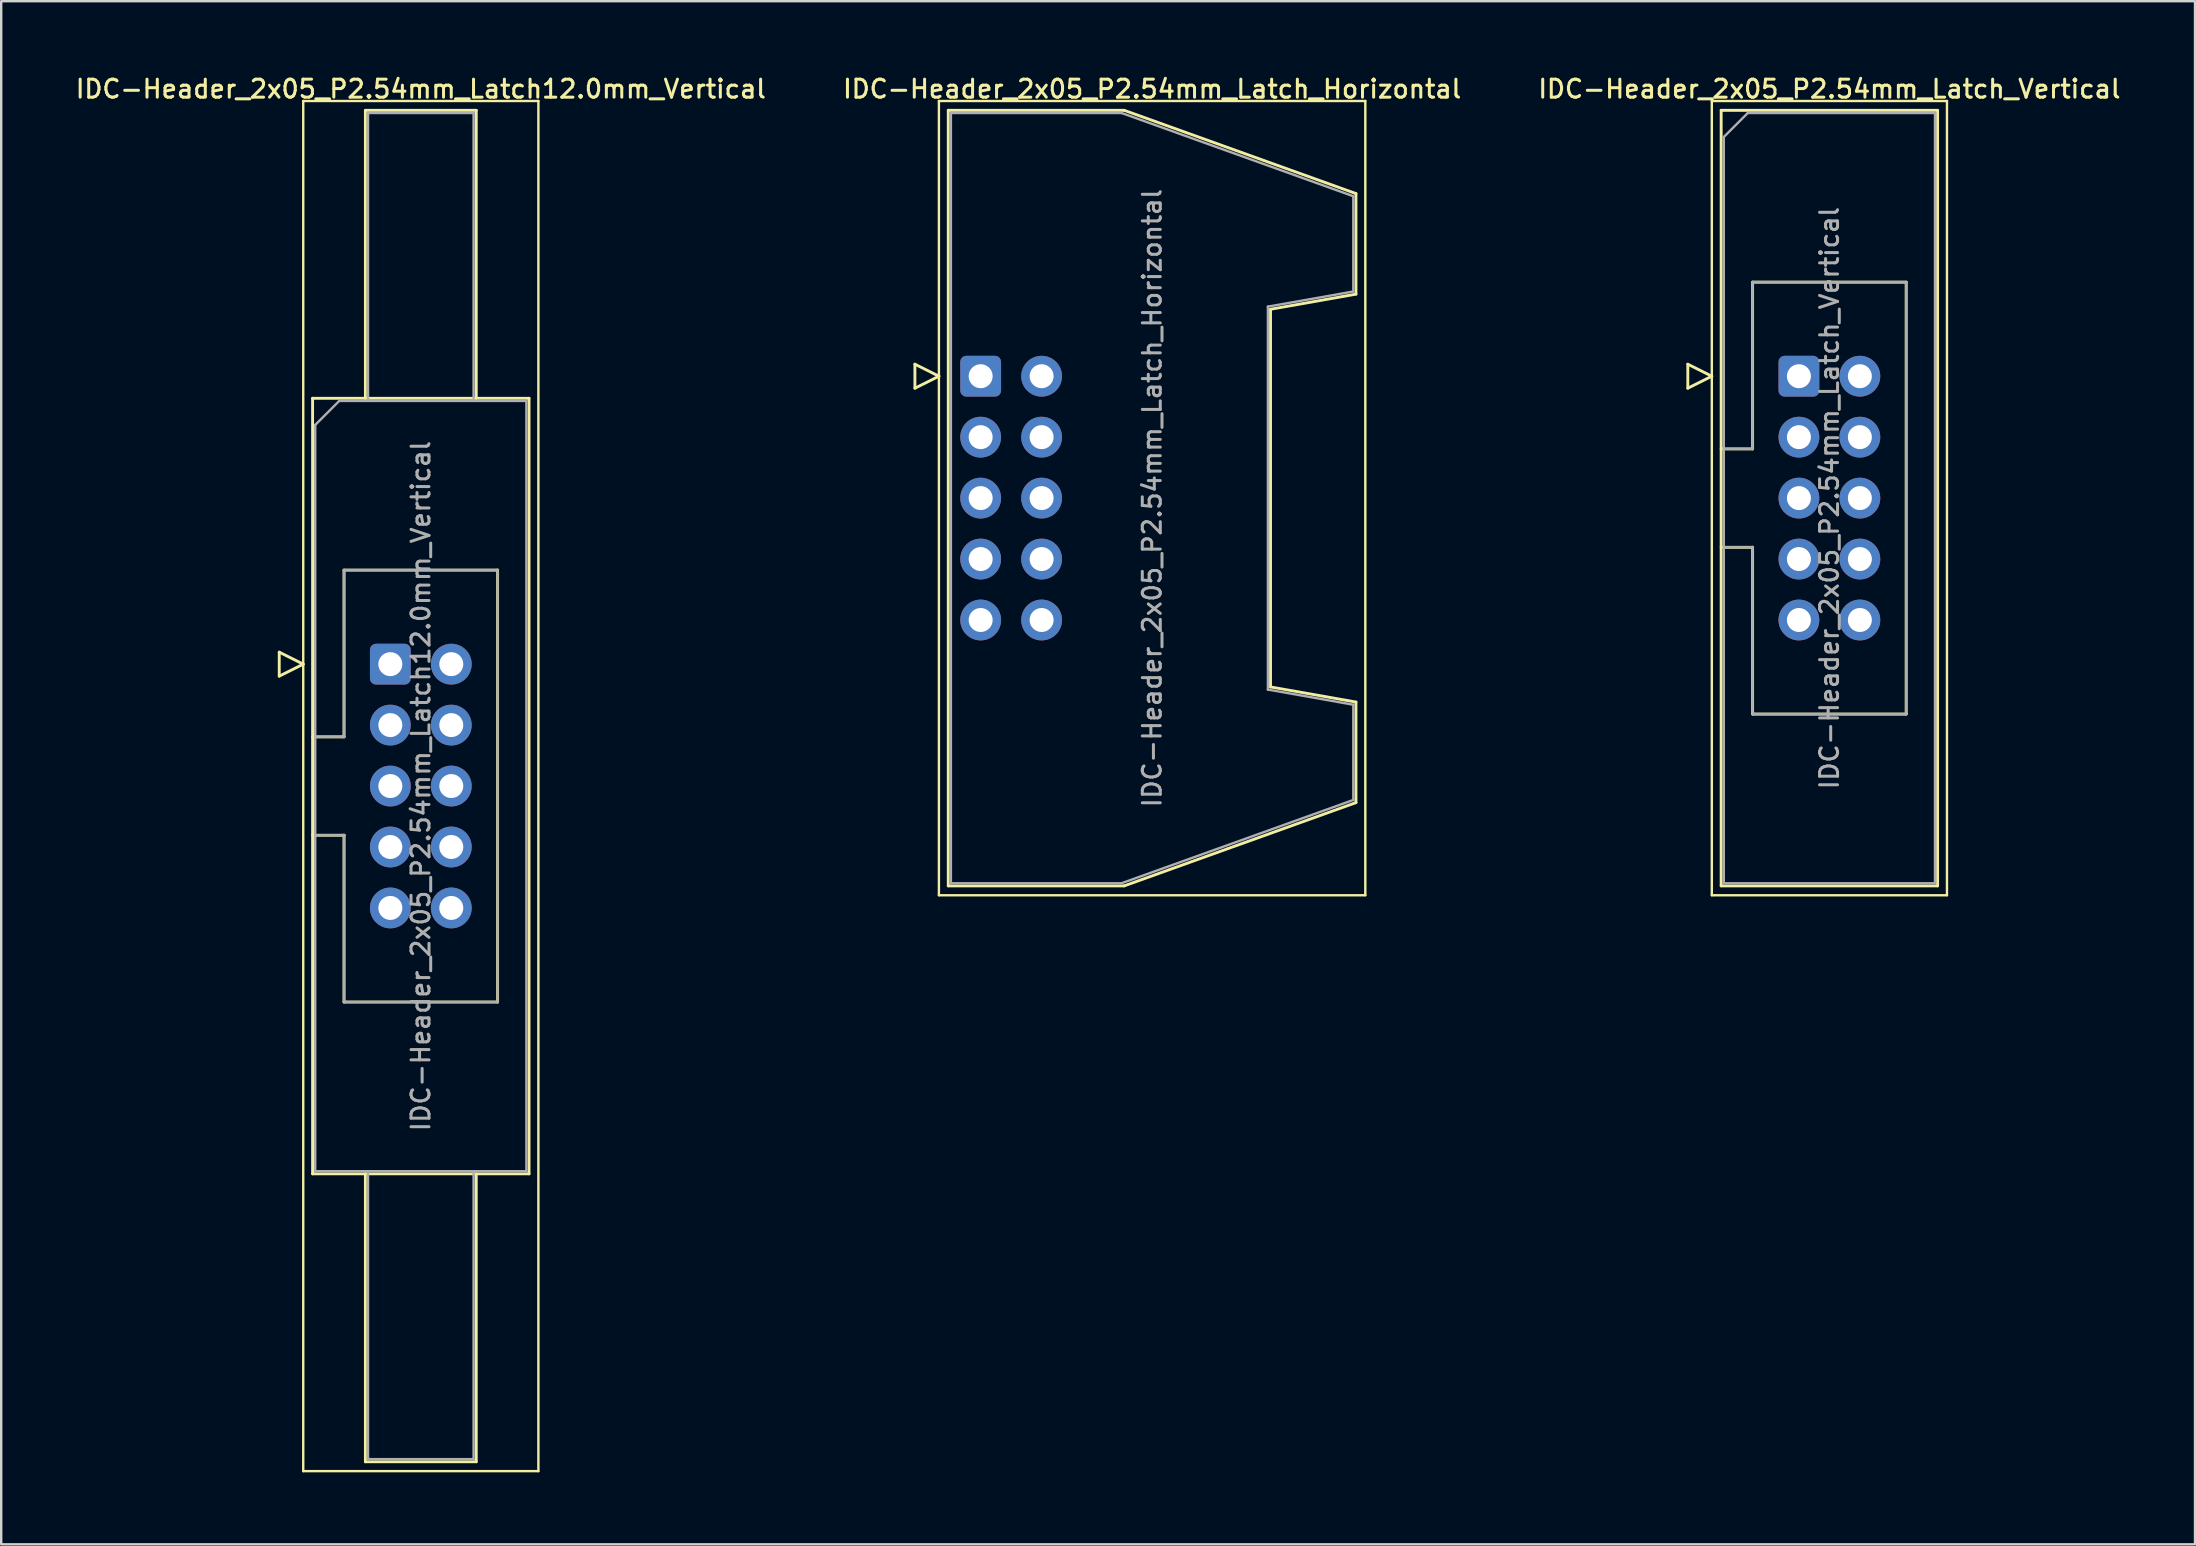
<source format=kicad_pcb>
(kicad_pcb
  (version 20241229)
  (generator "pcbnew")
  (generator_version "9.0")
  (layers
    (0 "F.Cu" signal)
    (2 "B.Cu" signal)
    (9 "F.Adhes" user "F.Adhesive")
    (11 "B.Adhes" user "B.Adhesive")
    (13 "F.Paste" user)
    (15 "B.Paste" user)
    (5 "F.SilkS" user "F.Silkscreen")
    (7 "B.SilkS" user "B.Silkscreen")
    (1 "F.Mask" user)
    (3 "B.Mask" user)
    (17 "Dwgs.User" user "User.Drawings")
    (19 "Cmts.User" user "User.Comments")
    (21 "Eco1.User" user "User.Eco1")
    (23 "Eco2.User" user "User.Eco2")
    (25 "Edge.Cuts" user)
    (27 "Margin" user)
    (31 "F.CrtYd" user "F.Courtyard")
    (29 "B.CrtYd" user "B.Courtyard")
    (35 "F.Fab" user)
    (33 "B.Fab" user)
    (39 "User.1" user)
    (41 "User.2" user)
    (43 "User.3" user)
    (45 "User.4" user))
  (footprint "IDC-Header_2x05_P2.54mm_Latch_Vertical"
    (layer "F.Cu")
    (at 71.918 12.628)
    (property "Reference" "IDC-Header_2x05_P2.54mm_Latch_Vertical" (at 1.27 -11.97 0) (layer "F.SilkS") (effects (font (size 0.75 0.75) (thickness 0.125))))
    (attr through_hole)
    (fp_line (start -4.63 -0.5) (end -4.63 0.5) (stroke (width 0.12) (type solid)) (layer "F.SilkS"))
    (fp_line (start -4.63 0.5) (end -3.63 0) (stroke (width 0.12) (type solid)) (layer "F.SilkS"))
    (fp_line (start -3.63 -11.47) (end -3.63 21.63) (stroke (width 0.1) (type solid)) (layer "F.SilkS"))
    (fp_line (start -3.63 0) (end -4.63 -0.5) (stroke (width 0.12) (type solid)) (layer "F.SilkS"))
    (fp_line (start -3.63 21.63) (end 6.17 21.63) (stroke (width 0.1) (type solid)) (layer "F.SilkS"))
    (fp_line (start -3.24 -11.08) (end 5.78 -11.08) (stroke (width 0.12) (type solid)) (layer "F.SilkS"))
    (fp_line (start -3.24 3.03) (end -1.93 3.03) (stroke (width 0.12) (type solid)) (layer "F.SilkS"))
    (fp_line (start -3.24 21.24) (end -3.24 -11.08) (stroke (width 0.12) (type solid)) (layer "F.SilkS"))
    (fp_line (start -1.93 -3.92) (end 4.47 -3.92) (stroke (width 0.12) (type solid)) (layer "F.SilkS"))
    (fp_line (start -1.93 3.03) (end -1.93 -3.92) (stroke (width 0.12) (type solid)) (layer "F.SilkS"))
    (fp_line (start -1.93 7.13) (end -3.24 7.13) (stroke (width 0.12) (type solid)) (layer "F.SilkS"))
    (fp_line (start -1.93 7.13) (end -1.93 7.13) (stroke (width 0.12) (type solid)) (layer "F.SilkS"))
    (fp_line (start -1.93 14.08) (end -1.93 7.13) (stroke (width 0.12) (type solid)) (layer "F.SilkS"))
    (fp_line (start 4.47 -3.92) (end 4.47 14.08) (stroke (width 0.12) (type solid)) (layer "F.SilkS"))
    (fp_line (start 4.47 14.08) (end -1.93 14.08) (stroke (width 0.12) (type solid)) (layer "F.SilkS"))
    (fp_line (start 5.78 -11.08) (end 5.78 21.24) (stroke (width 0.12) (type solid)) (layer "F.SilkS"))
    (fp_line (start 5.78 21.24) (end -3.24 21.24) (stroke (width 0.12) (type solid)) (layer "F.SilkS"))
    (fp_line (start 6.17 -11.47) (end -3.63 -11.47) (stroke (width 0.1) (type solid)) (layer "F.SilkS"))
    (fp_line (start 6.17 21.63) (end 6.17 -11.47) (stroke (width 0.1) (type solid)) (layer "F.SilkS"))
    (fp_line (start -3.13 -9.97) (end -2.13 -10.97) (stroke (width 0.1) (type solid)) (layer "F.Fab"))
    (fp_line (start -3.13 3.03) (end -1.93 3.03) (stroke (width 0.1) (type solid)) (layer "F.Fab"))
    (fp_line (start -3.13 21.13) (end -3.13 -9.97) (stroke (width 0.1) (type solid)) (layer "F.Fab"))
    (fp_line (start -2.13 -10.97) (end 5.67 -10.97) (stroke (width 0.1) (type solid)) (layer "F.Fab"))
    (fp_line (start -1.93 -3.92) (end 4.47 -3.92) (stroke (width 0.1) (type solid)) (layer "F.Fab"))
    (fp_line (start -1.93 3.03) (end -1.93 -3.92) (stroke (width 0.1) (type solid)) (layer "F.Fab"))
    (fp_line (start -1.93 7.13) (end -3.13 7.13) (stroke (width 0.1) (type solid)) (layer "F.Fab"))
    (fp_line (start -1.93 7.13) (end -1.93 7.13) (stroke (width 0.1) (type solid)) (layer "F.Fab"))
    (fp_line (start -1.93 14.08) (end -1.93 7.13) (stroke (width 0.1) (type solid)) (layer "F.Fab"))
    (fp_line (start 4.47 -3.92) (end 4.47 14.08) (stroke (width 0.1) (type solid)) (layer "F.Fab"))
    (fp_line (start 4.47 14.08) (end -1.93 14.08) (stroke (width 0.1) (type solid)) (layer "F.Fab"))
    (fp_line (start 5.67 -10.97) (end 5.67 21.13) (stroke (width 0.1) (type solid)) (layer "F.Fab"))
    (fp_line (start 5.67 21.13) (end -3.13 21.13) (stroke (width 0.1) (type solid)) (layer "F.Fab"))
    (fp_text user "${REFERENCE}" (at 1.27 5.08 90) (layer "F.Fab") (effects (font (size 0.75 0.75) (thickness 0.125))))
    (pad "1" thru_hole roundrect (at 0 0) (size 1.7 1.7) (drill 1) (layers "*.Cu" "*.Mask") (roundrect_rratio 0.147))
    (pad "2" thru_hole circle (at 2.54 0) (size 1.7 1.7) (drill 1) (layers "*.Cu" "*.Mask"))
    (pad "3" thru_hole circle (at 0 2.54) (size 1.7 1.7) (drill 1) (layers "*.Cu" "*.Mask"))
    (pad "4" thru_hole circle (at 2.54 2.54) (size 1.7 1.7) (drill 1) (layers "*.Cu" "*.Mask"))
    (pad "5" thru_hole circle (at 0 5.08) (size 1.7 1.7) (drill 1) (layers "*.Cu" "*.Mask"))
    (pad "6" thru_hole circle (at 2.54 5.08) (size 1.7 1.7) (drill 1) (layers "*.Cu" "*.Mask"))
    (pad "7" thru_hole circle (at 0 7.62) (size 1.7 1.7) (drill 1) (layers "*.Cu" "*.Mask"))
    (pad "8" thru_hole circle (at 2.54 7.62) (size 1.7 1.7) (drill 1) (layers "*.Cu" "*.Mask"))
    (pad "9" thru_hole circle (at 0 10.16) (size 1.7 1.7) (drill 1) (layers "*.Cu" "*.Mask"))
    (pad "10" thru_hole circle (at 2.54 10.16) (size 1.7 1.7) (drill 1) (layers "*.Cu" "*.Mask")))
  (footprint "IDC-Header_2x05_P2.54mm_Latch_Horizontal"
    (layer "F.Cu")
    (at 37.818 12.628)
    (property "Reference" "IDC-Header_2x05_P2.54mm_Latch_Horizontal" (at 7.145 -11.97 0) (layer "F.SilkS") (effects (font (size 0.75 0.75) (thickness 0.125))))
    (attr through_hole)
    (fp_line (start -2.74 -0.5) (end -2.74 0.5) (stroke (width 0.12) (type solid)) (layer "F.SilkS"))
    (fp_line (start -2.74 0.5) (end -1.74 0) (stroke (width 0.12) (type solid)) (layer "F.SilkS"))
    (fp_line (start -1.74 -11.47) (end -1.74 21.63) (stroke (width 0.1) (type solid)) (layer "F.SilkS"))
    (fp_line (start -1.74 0) (end -2.74 -0.5) (stroke (width 0.12) (type solid)) (layer "F.SilkS"))
    (fp_line (start -1.74 21.63) (end 16.03 21.63) (stroke (width 0.1) (type solid)) (layer "F.SilkS"))
    (fp_line (start -1.35 -11.08) (end 5.98 -11.08) (stroke (width 0.12) (type solid)) (layer "F.SilkS"))
    (fp_line (start -1.35 21.24) (end -1.35 -11.08) (stroke (width 0.12) (type solid)) (layer "F.SilkS"))
    (fp_line (start 5.98 -11.08) (end 15.64 -7.61) (stroke (width 0.12) (type solid)) (layer "F.SilkS"))
    (fp_line (start 5.98 21.24) (end -1.35 21.24) (stroke (width 0.12) (type solid)) (layer "F.SilkS"))
    (fp_line (start 12.08 -2.79) (end 12.08 12.95) (stroke (width 0.12) (type solid)) (layer "F.SilkS"))
    (fp_line (start 12.08 12.95) (end 15.64 13.58) (stroke (width 0.12) (type solid)) (layer "F.SilkS"))
    (fp_line (start 15.64 -7.61) (end 15.64 -3.42) (stroke (width 0.12) (type solid)) (layer "F.SilkS"))
    (fp_line (start 15.64 -3.42) (end 12.08 -2.79) (stroke (width 0.12) (type solid)) (layer "F.SilkS"))
    (fp_line (start 15.64 13.58) (end 15.64 17.77) (stroke (width 0.12) (type solid)) (layer "F.SilkS"))
    (fp_line (start 15.64 17.77) (end 5.98 21.24) (stroke (width 0.12) (type solid)) (layer "F.SilkS"))
    (fp_line (start 16.03 -11.47) (end -1.74 -11.47) (stroke (width 0.1) (type solid)) (layer "F.SilkS"))
    (fp_line (start 16.03 21.63) (end 16.03 -11.47) (stroke (width 0.1) (type solid)) (layer "F.SilkS"))
    (fp_line (start -1.24 -10.97) (end 5.87 -10.97) (stroke (width 0.1) (type solid)) (layer "F.Fab"))
    (fp_line (start -1.24 21.13) (end -1.24 -10.97) (stroke (width 0.1) (type solid)) (layer "F.Fab"))
    (fp_line (start 5.87 -10.97) (end 15.53 -7.5) (stroke (width 0.1) (type solid)) (layer "F.Fab"))
    (fp_line (start 5.87 21.13) (end -1.24 21.13) (stroke (width 0.1) (type solid)) (layer "F.Fab"))
    (fp_line (start 11.97 -2.9) (end 11.97 13.06) (stroke (width 0.1) (type solid)) (layer "F.Fab"))
    (fp_line (start 11.97 13.06) (end 15.53 13.69) (stroke (width 0.1) (type solid)) (layer "F.Fab"))
    (fp_line (start 15.53 -7.5) (end 15.53 -3.53) (stroke (width 0.1) (type solid)) (layer "F.Fab"))
    (fp_line (start 15.53 -3.53) (end 11.97 -2.9) (stroke (width 0.1) (type solid)) (layer "F.Fab"))
    (fp_line (start 15.53 13.69) (end 15.53 17.66) (stroke (width 0.1) (type solid)) (layer "F.Fab"))
    (fp_line (start 15.53 17.66) (end 5.87 21.13) (stroke (width 0.1) (type solid)) (layer "F.Fab"))
    (fp_text user "${REFERENCE}" (at 7.145 5.08 90) (layer "F.Fab") (effects (font (size 0.75 0.75) (thickness 0.125))))
    (pad "1" thru_hole roundrect (at 0 0) (size 1.7 1.7) (drill 1) (layers "*.Cu" "*.Mask") (roundrect_rratio 0.147))
    (pad "2" thru_hole circle (at 2.54 0) (size 1.7 1.7) (drill 1) (layers "*.Cu" "*.Mask"))
    (pad "3" thru_hole circle (at 0 2.54) (size 1.7 1.7) (drill 1) (layers "*.Cu" "*.Mask"))
    (pad "4" thru_hole circle (at 2.54 2.54) (size 1.7 1.7) (drill 1) (layers "*.Cu" "*.Mask"))
    (pad "5" thru_hole circle (at 0 5.08) (size 1.7 1.7) (drill 1) (layers "*.Cu" "*.Mask"))
    (pad "6" thru_hole circle (at 2.54 5.08) (size 1.7 1.7) (drill 1) (layers "*.Cu" "*.Mask"))
    (pad "7" thru_hole circle (at 0 7.62) (size 1.7 1.7) (drill 1) (layers "*.Cu" "*.Mask"))
    (pad "8" thru_hole circle (at 2.54 7.62) (size 1.7 1.7) (drill 1) (layers "*.Cu" "*.Mask"))
    (pad "9" thru_hole circle (at 0 10.16) (size 1.7 1.7) (drill 1) (layers "*.Cu" "*.Mask"))
    (pad "10" thru_hole circle (at 2.54 10.16) (size 1.7 1.7) (drill 1) (layers "*.Cu" "*.Mask")))
  (footprint "IDC-Header_2x05_P2.54mm_Latch12.0mm_Vertical"
    (layer "F.Cu")
    (at 13.217 24.628)
    (property "Reference" "IDC-Header_2x05_P2.54mm_Latch12.0mm_Vertical" (at 1.27 -23.97 0) (layer "F.SilkS") (effects (font (size 0.75 0.75) (thickness 0.125))))
    (attr through_hole)
    (fp_line (start -4.63 -0.5) (end -4.63 0.5) (stroke (width 0.12) (type solid)) (layer "F.SilkS"))
    (fp_line (start -4.63 0.5) (end -3.63 0) (stroke (width 0.12) (type solid)) (layer "F.SilkS"))
    (fp_line (start -3.63 -23.47) (end -3.63 33.63) (stroke (width 0.1) (type solid)) (layer "F.SilkS"))
    (fp_line (start -3.63 0) (end -4.63 -0.5) (stroke (width 0.12) (type solid)) (layer "F.SilkS"))
    (fp_line (start -3.63 33.63) (end 6.17 33.63) (stroke (width 0.1) (type solid)) (layer "F.SilkS"))
    (fp_line (start -3.24 -11.08) (end 5.78 -11.08) (stroke (width 0.12) (type solid)) (layer "F.SilkS"))
    (fp_line (start -3.24 3.03) (end -1.93 3.03) (stroke (width 0.12) (type solid)) (layer "F.SilkS"))
    (fp_line (start -3.24 21.24) (end -3.24 -11.08) (stroke (width 0.12) (type solid)) (layer "F.SilkS"))
    (fp_line (start -1.93 -3.92) (end 4.47 -3.92) (stroke (width 0.12) (type solid)) (layer "F.SilkS"))
    (fp_line (start -1.93 3.03) (end -1.93 -3.92) (stroke (width 0.12) (type solid)) (layer "F.SilkS"))
    (fp_line (start -1.93 7.13) (end -3.24 7.13) (stroke (width 0.12) (type solid)) (layer "F.SilkS"))
    (fp_line (start -1.93 7.13) (end -1.93 7.13) (stroke (width 0.12) (type solid)) (layer "F.SilkS"))
    (fp_line (start -1.93 14.08) (end -1.93 7.13) (stroke (width 0.12) (type solid)) (layer "F.SilkS"))
    (fp_line (start -1.04 -23.08) (end 3.58 -23.08) (stroke (width 0.12) (type solid)) (layer "F.SilkS"))
    (fp_line (start -1.04 -11.08) (end -1.04 -23.08) (stroke (width 0.12) (type solid)) (layer "F.SilkS"))
    (fp_line (start -1.04 21.24) (end -1.04 33.24) (stroke (width 0.12) (type solid)) (layer "F.SilkS"))
    (fp_line (start -1.04 33.24) (end 3.58 33.24) (stroke (width 0.12) (type solid)) (layer "F.SilkS"))
    (fp_line (start 3.58 -23.08) (end 3.58 -11.08) (stroke (width 0.12) (type solid)) (layer "F.SilkS"))
    (fp_line (start 3.58 33.24) (end 3.58 21.24) (stroke (width 0.12) (type solid)) (layer "F.SilkS"))
    (fp_line (start 4.47 -3.92) (end 4.47 14.08) (stroke (width 0.12) (type solid)) (layer "F.SilkS"))
    (fp_line (start 4.47 14.08) (end -1.93 14.08) (stroke (width 0.12) (type solid)) (layer "F.SilkS"))
    (fp_line (start 5.78 -11.08) (end 5.78 21.24) (stroke (width 0.12) (type solid)) (layer "F.SilkS"))
    (fp_line (start 5.78 21.24) (end -3.24 21.24) (stroke (width 0.12) (type solid)) (layer "F.SilkS"))
    (fp_line (start 6.17 -23.47) (end -3.63 -23.47) (stroke (width 0.1) (type solid)) (layer "F.SilkS"))
    (fp_line (start 6.17 33.63) (end 6.17 -23.47) (stroke (width 0.1) (type solid)) (layer "F.SilkS"))
    (fp_line (start -3.13 -9.97) (end -2.13 -10.97) (stroke (width 0.1) (type solid)) (layer "F.Fab"))
    (fp_line (start -3.13 3.03) (end -1.93 3.03) (stroke (width 0.1) (type solid)) (layer "F.Fab"))
    (fp_line (start -3.13 21.13) (end -3.13 -9.97) (stroke (width 0.1) (type solid)) (layer "F.Fab"))
    (fp_line (start -2.13 -10.97) (end 5.67 -10.97) (stroke (width 0.1) (type solid)) (layer "F.Fab"))
    (fp_line (start -1.93 -3.92) (end 4.47 -3.92) (stroke (width 0.1) (type solid)) (layer "F.Fab"))
    (fp_line (start -1.93 3.03) (end -1.93 -3.92) (stroke (width 0.1) (type solid)) (layer "F.Fab"))
    (fp_line (start -1.93 7.13) (end -3.13 7.13) (stroke (width 0.1) (type solid)) (layer "F.Fab"))
    (fp_line (start -1.93 7.13) (end -1.93 7.13) (stroke (width 0.1) (type solid)) (layer "F.Fab"))
    (fp_line (start -1.93 14.08) (end -1.93 7.13) (stroke (width 0.1) (type solid)) (layer "F.Fab"))
    (fp_line (start -0.93 -22.97) (end 3.47 -22.97) (stroke (width 0.1) (type solid)) (layer "F.Fab"))
    (fp_line (start -0.93 -10.97) (end -0.93 -22.97) (stroke (width 0.1) (type solid)) (layer "F.Fab"))
    (fp_line (start -0.93 21.13) (end -0.93 33.13) (stroke (width 0.1) (type solid)) (layer "F.Fab"))
    (fp_line (start -0.93 33.13) (end 3.47 33.13) (stroke (width 0.1) (type solid)) (layer "F.Fab"))
    (fp_line (start 3.47 -22.97) (end 3.47 -10.97) (stroke (width 0.1) (type solid)) (layer "F.Fab"))
    (fp_line (start 3.47 33.13) (end 3.47 21.13) (stroke (width 0.1) (type solid)) (layer "F.Fab"))
    (fp_line (start 4.47 -3.92) (end 4.47 14.08) (stroke (width 0.1) (type solid)) (layer "F.Fab"))
    (fp_line (start 4.47 14.08) (end -1.93 14.08) (stroke (width 0.1) (type solid)) (layer "F.Fab"))
    (fp_line (start 5.67 -10.97) (end 5.67 21.13) (stroke (width 0.1) (type solid)) (layer "F.Fab"))
    (fp_line (start 5.67 21.13) (end -3.13 21.13) (stroke (width 0.1) (type solid)) (layer "F.Fab"))
    (fp_text user "${REFERENCE}" (at 1.27 5.08 90) (layer "F.Fab") (effects (font (size 0.75 0.75) (thickness 0.125))))
    (pad "1" thru_hole roundrect (at 0 0) (size 1.7 1.7) (drill 1) (layers "*.Cu" "*.Mask") (roundrect_rratio 0.147))
    (pad "2" thru_hole circle (at 2.54 0) (size 1.7 1.7) (drill 1) (layers "*.Cu" "*.Mask"))
    (pad "3" thru_hole circle (at 0 2.54) (size 1.7 1.7) (drill 1) (layers "*.Cu" "*.Mask"))
    (pad "4" thru_hole circle (at 2.54 2.54) (size 1.7 1.7) (drill 1) (layers "*.Cu" "*.Mask"))
    (pad "5" thru_hole circle (at 0 5.08) (size 1.7 1.7) (drill 1) (layers "*.Cu" "*.Mask"))
    (pad "6" thru_hole circle (at 2.54 5.08) (size 1.7 1.7) (drill 1) (layers "*.Cu" "*.Mask"))
    (pad "7" thru_hole circle (at 0 7.62) (size 1.7 1.7) (drill 1) (layers "*.Cu" "*.Mask"))
    (pad "8" thru_hole circle (at 2.54 7.62) (size 1.7 1.7) (drill 1) (layers "*.Cu" "*.Mask"))
    (pad "9" thru_hole circle (at 0 10.16) (size 1.7 1.7) (drill 1) (layers "*.Cu" "*.Mask"))
    (pad "10" thru_hole circle (at 2.54 10.16) (size 1.7 1.7) (drill 1) (layers "*.Cu" "*.Mask")))
  (gr_rect
    (start -3 -3)
    (end 88.425 61.308)
    (stroke (width 0.1) (type default))
    (fill no)
    (layer "Edge.Cuts")))
</source>
